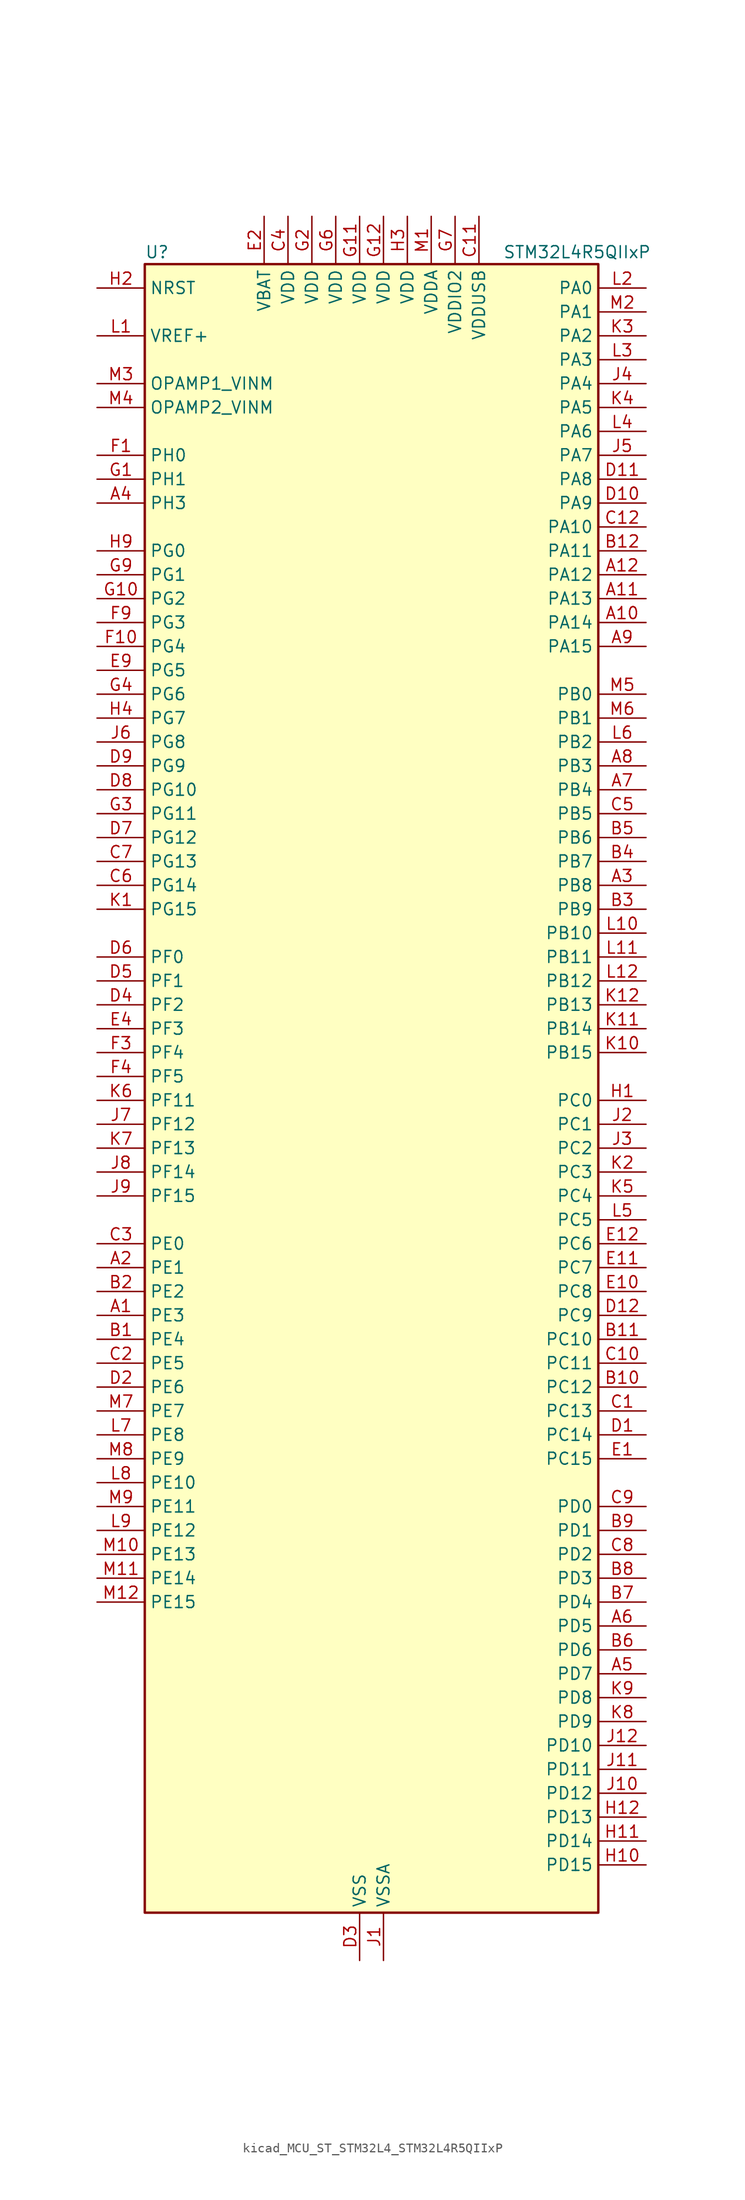
<source format=kicad_sym>
(kicad_symbol_lib
  (version 20220914)
  (generator kicad_symbol_editor)
  (symbol "kicad_MCU_ST_STM32L4_STM32L4R5QIIxP"
    (property "Reference" "U"
      (at -22.86 90.17 0)
      (effects (font (size 1.27 1.27)) (justify left)))
    (property "Value" "STM32L4R5QIIxP"
      (at 15.24 90.17 0)
      (effects (font (size 1.27 1.27)) (justify left)))
    (property "ki_locked" ""
      (at 0 0 0)
      (effects (font (size 1.27 1.27))))
    (symbol "kicad_MCU_ST_STM32L4_STM32L4R5QIIxP_0_1"
      (rectangle (start -22.86 -86.36) (end 25.4 88.9) (stroke (width 0.254) (type default)) (fill (type background))))
    (symbol "kicad_MCU_ST_STM32L4_STM32L4R5QIIxP_1_1"
      (pin bidirectional line (at -27.94 -22.86 0) (length 5.08) (name "PE3" (effects (font (size 1.27 1.27)))) (number "A1" (effects (font (size 1.27 1.27)))) (alternate "FMC_A19" bidirectional line) (alternate "OCTOSPIM_P1_DQS" bidirectional line) (alternate "SAI1_SD_B" bidirectional line) (alternate "SYS_TRACED0" bidirectional line) (alternate "TIM3_CH1" bidirectional line) (alternate "TSC_G7_IO2" bidirectional line))
      (pin bidirectional line (at 30.48 50.8 180) (length 5.08) (name "PA14" (effects (font (size 1.27 1.27)))) (number "A10" (effects (font (size 1.27 1.27)))) (alternate "I2C1_SMBA" bidirectional line) (alternate "I2C4_SMBA" bidirectional line) (alternate "LPTIM1_OUT" bidirectional line) (alternate "SAI1_FS_B" bidirectional line) (alternate "SYS_JTCK-SWCLK" bidirectional line) (alternate "USB_OTG_FS_SOF" bidirectional line))
      (pin bidirectional line (at 30.48 53.34 180) (length 5.08) (name "PA13" (effects (font (size 1.27 1.27)))) (number "A11" (effects (font (size 1.27 1.27)))) (alternate "IR_OUT" bidirectional line) (alternate "SAI1_SD_B" bidirectional line) (alternate "SYS_JTMS-SWDIO" bidirectional line) (alternate "USB_OTG_FS_NOE" bidirectional line))
      (pin bidirectional line (at 30.48 55.88 180) (length 5.08) (name "PA12" (effects (font (size 1.27 1.27)))) (number "A12" (effects (font (size 1.27 1.27)))) (alternate "CAN1_TX" bidirectional line) (alternate "SPI1_MOSI" bidirectional line) (alternate "TIM1_ETR" bidirectional line) (alternate "USART1_DE" bidirectional line) (alternate "USART1_RTS" bidirectional line) (alternate "USB_OTG_FS_DP" bidirectional line))
      (pin bidirectional line (at -27.94 -17.78 0) (length 5.08) (name "PE1" (effects (font (size 1.27 1.27)))) (number "A2" (effects (font (size 1.27 1.27)))) (alternate "DCMI_D3" bidirectional line) (alternate "FMC_NBL1" bidirectional line) (alternate "TIM17_CH1" bidirectional line))
      (pin bidirectional line (at 30.48 22.86 180) (length 5.08) (name "PB8" (effects (font (size 1.27 1.27)))) (number "A3" (effects (font (size 1.27 1.27)))) (alternate "CAN1_RX" bidirectional line) (alternate "DCMI_D6" bidirectional line) (alternate "DFSDM1_CKOUT" bidirectional line) (alternate "DFSDM1_DATIN6" bidirectional line) (alternate "I2C1_SCL" bidirectional line) (alternate "SAI1_CK1" bidirectional line) (alternate "SAI1_MCLK_A" bidirectional line) (alternate "SDMMC1_CKIN" bidirectional line) (alternate "SDMMC1_D4" bidirectional line) (alternate "TIM16_CH1" bidirectional line) (alternate "TIM4_CH3" bidirectional line))
      (pin bidirectional line (at -27.94 63.5 0) (length 5.08) (name "PH3" (effects (font (size 1.27 1.27)))) (number "A4" (effects (font (size 1.27 1.27)))))
      (pin bidirectional line (at 30.48 -60.96 180) (length 5.08) (name "PD7" (effects (font (size 1.27 1.27)))) (number "A5" (effects (font (size 1.27 1.27)))) (alternate "DFSDM1_CKIN1" bidirectional line) (alternate "FMC_NCE" bidirectional line) (alternate "FMC_NE1" bidirectional line) (alternate "OCTOSPIM_P1_IO7" bidirectional line) (alternate "USART2_CK" bidirectional line))
      (pin bidirectional line (at 30.48 -55.88 180) (length 5.08) (name "PD5" (effects (font (size 1.27 1.27)))) (number "A6" (effects (font (size 1.27 1.27)))) (alternate "FMC_NWE" bidirectional line) (alternate "OCTOSPIM_P1_IO5" bidirectional line) (alternate "USART2_TX" bidirectional line))
      (pin bidirectional line (at 30.48 33.02 180) (length 5.08) (name "PB4" (effects (font (size 1.27 1.27)))) (number "A7" (effects (font (size 1.27 1.27)))) (alternate "COMP2_INP" bidirectional line) (alternate "DCMI_D12" bidirectional line) (alternate "I2C3_SDA" bidirectional line) (alternate "SAI1_MCLK_B" bidirectional line) (alternate "SPI1_MISO" bidirectional line) (alternate "SPI3_MISO" bidirectional line) (alternate "SYS_JTRST" bidirectional line) (alternate "TIM17_BKIN" bidirectional line) (alternate "TIM3_CH1" bidirectional line) (alternate "TSC_G2_IO1" bidirectional line) (alternate "UART5_DE" bidirectional line) (alternate "UART5_RTS" bidirectional line) (alternate "USART1_CTS" bidirectional line) (alternate "USART1_NSS" bidirectional line))
      (pin bidirectional line (at 30.48 35.56 180) (length 5.08) (name "PB3" (effects (font (size 1.27 1.27)))) (number "A8" (effects (font (size 1.27 1.27)))) (alternate "COMP2_INM" bidirectional line) (alternate "CRS_SYNC" bidirectional line) (alternate "SAI1_SCK_B" bidirectional line) (alternate "SPI1_SCK" bidirectional line) (alternate "SPI3_SCK" bidirectional line) (alternate "SYS_JTDO-SWO" bidirectional line) (alternate "TIM2_CH2" bidirectional line) (alternate "USART1_DE" bidirectional line) (alternate "USART1_RTS" bidirectional line))
      (pin bidirectional line (at 30.48 48.26 180) (length 5.08) (name "PA15" (effects (font (size 1.27 1.27)))) (number "A9" (effects (font (size 1.27 1.27)))) (alternate "ADC1_EXTI15" bidirectional line) (alternate "SAI2_FS_B" bidirectional line) (alternate "SPI1_NSS" bidirectional line) (alternate "SPI3_NSS" bidirectional line) (alternate "SYS_JTDI" bidirectional line) (alternate "TIM2_CH1" bidirectional line) (alternate "TIM2_ETR" bidirectional line) (alternate "TSC_G3_IO1" bidirectional line) (alternate "UART4_DE" bidirectional line) (alternate "UART4_RTS" bidirectional line) (alternate "USART2_RX" bidirectional line) (alternate "USART3_DE" bidirectional line) (alternate "USART3_RTS" bidirectional line))
      (pin bidirectional line (at -27.94 -25.4 0) (length 5.08) (name "PE4" (effects (font (size 1.27 1.27)))) (number "B1" (effects (font (size 1.27 1.27)))) (alternate "DCMI_D4" bidirectional line) (alternate "DFSDM1_DATIN3" bidirectional line) (alternate "FMC_A20" bidirectional line) (alternate "SAI1_D2" bidirectional line) (alternate "SAI1_FS_A" bidirectional line) (alternate "SYS_TRACED1" bidirectional line) (alternate "TIM3_CH2" bidirectional line) (alternate "TSC_G7_IO3" bidirectional line))
      (pin bidirectional line (at 30.48 -30.48 180) (length 5.08) (name "PC12" (effects (font (size 1.27 1.27)))) (number "B10" (effects (font (size 1.27 1.27)))) (alternate "DCMI_D9" bidirectional line) (alternate "SAI2_SD_B" bidirectional line) (alternate "SDMMC1_CK" bidirectional line) (alternate "SPI3_MOSI" bidirectional line) (alternate "SYS_TRACED3" bidirectional line) (alternate "TSC_G3_IO4" bidirectional line) (alternate "UART5_TX" bidirectional line) (alternate "USART3_CK" bidirectional line))
      (pin bidirectional line (at 30.48 -25.4 180) (length 5.08) (name "PC10" (effects (font (size 1.27 1.27)))) (number "B11" (effects (font (size 1.27 1.27)))) (alternate "DCMI_D8" bidirectional line) (alternate "SAI2_SCK_B" bidirectional line) (alternate "SDMMC1_D2" bidirectional line) (alternate "SPI3_SCK" bidirectional line) (alternate "SYS_TRACED1" bidirectional line) (alternate "TSC_G3_IO2" bidirectional line) (alternate "UART4_TX" bidirectional line) (alternate "USART3_TX" bidirectional line))
      (pin bidirectional line (at 30.48 58.42 180) (length 5.08) (name "PA11" (effects (font (size 1.27 1.27)))) (number "B12" (effects (font (size 1.27 1.27)))) (alternate "ADC1_EXTI11" bidirectional line) (alternate "CAN1_RX" bidirectional line) (alternate "SPI1_MISO" bidirectional line) (alternate "TIM1_BKIN2" bidirectional line) (alternate "TIM1_CH4" bidirectional line) (alternate "USART1_CTS" bidirectional line) (alternate "USART1_NSS" bidirectional line) (alternate "USB_OTG_FS_DM" bidirectional line))
      (pin bidirectional line (at -27.94 -20.32 0) (length 5.08) (name "PE2" (effects (font (size 1.27 1.27)))) (number "B2" (effects (font (size 1.27 1.27)))) (alternate "FMC_A23" bidirectional line) (alternate "SAI1_CK1" bidirectional line) (alternate "SAI1_MCLK_A" bidirectional line) (alternate "SYS_TRACECLK" bidirectional line) (alternate "TIM3_ETR" bidirectional line) (alternate "TSC_G7_IO1" bidirectional line))
      (pin bidirectional line (at 30.48 20.32 180) (length 5.08) (name "PB9" (effects (font (size 1.27 1.27)))) (number "B3" (effects (font (size 1.27 1.27)))) (alternate "CAN1_TX" bidirectional line) (alternate "DAC1_EXTI9" bidirectional line) (alternate "DCMI_D7" bidirectional line) (alternate "DFSDM1_CKIN6" bidirectional line) (alternate "I2C1_SDA" bidirectional line) (alternate "IR_OUT" bidirectional line) (alternate "SAI1_D2" bidirectional line) (alternate "SAI1_FS_A" bidirectional line) (alternate "SDMMC1_CDIR" bidirectional line) (alternate "SDMMC1_D5" bidirectional line) (alternate "SPI2_NSS" bidirectional line) (alternate "TIM17_CH1" bidirectional line) (alternate "TIM4_CH4" bidirectional line))
      (pin bidirectional line (at 30.48 25.4 180) (length 5.08) (name "PB7" (effects (font (size 1.27 1.27)))) (number "B4" (effects (font (size 1.27 1.27)))) (alternate "COMP2_INM" bidirectional line) (alternate "DCMI_VSYNC" bidirectional line) (alternate "DFSDM1_CKIN5" bidirectional line) (alternate "FMC_NL" bidirectional line) (alternate "I2C1_SDA" bidirectional line) (alternate "I2C4_SDA" bidirectional line) (alternate "LPTIM1_IN2" bidirectional line) (alternate "SYS_PVD_IN" bidirectional line) (alternate "TIM17_CH1N" bidirectional line) (alternate "TIM4_CH2" bidirectional line) (alternate "TIM8_BKIN" bidirectional line) (alternate "TSC_G2_IO4" bidirectional line) (alternate "UART4_CTS" bidirectional line) (alternate "USART1_RX" bidirectional line))
      (pin bidirectional line (at 30.48 27.94 180) (length 5.08) (name "PB6" (effects (font (size 1.27 1.27)))) (number "B5" (effects (font (size 1.27 1.27)))) (alternate "COMP2_INP" bidirectional line) (alternate "DCMI_D5" bidirectional line) (alternate "DFSDM1_DATIN5" bidirectional line) (alternate "I2C1_SCL" bidirectional line) (alternate "I2C4_SCL" bidirectional line) (alternate "LPTIM1_ETR" bidirectional line) (alternate "SAI1_FS_B" bidirectional line) (alternate "TIM16_CH1N" bidirectional line) (alternate "TIM4_CH1" bidirectional line) (alternate "TIM8_BKIN2" bidirectional line) (alternate "TSC_G2_IO3" bidirectional line) (alternate "USART1_TX" bidirectional line))
      (pin bidirectional line (at 30.48 -58.42 180) (length 5.08) (name "PD6" (effects (font (size 1.27 1.27)))) (number "B6" (effects (font (size 1.27 1.27)))) (alternate "DCMI_D10" bidirectional line) (alternate "DFSDM1_DATIN1" bidirectional line) (alternate "FMC_NWAIT" bidirectional line) (alternate "OCTOSPIM_P1_IO6" bidirectional line) (alternate "SAI1_D1" bidirectional line) (alternate "SAI1_SD_A" bidirectional line) (alternate "SPI3_MOSI" bidirectional line) (alternate "USART2_RX" bidirectional line))
      (pin bidirectional line (at 30.48 -53.34 180) (length 5.08) (name "PD4" (effects (font (size 1.27 1.27)))) (number "B7" (effects (font (size 1.27 1.27)))) (alternate "DFSDM1_CKIN0" bidirectional line) (alternate "FMC_NOE" bidirectional line) (alternate "OCTOSPIM_P1_IO4" bidirectional line) (alternate "SPI2_MOSI" bidirectional line) (alternate "USART2_DE" bidirectional line) (alternate "USART2_RTS" bidirectional line))
      (pin bidirectional line (at 30.48 -50.8 180) (length 5.08) (name "PD3" (effects (font (size 1.27 1.27)))) (number "B8" (effects (font (size 1.27 1.27)))) (alternate "DCMI_D5" bidirectional line) (alternate "DFSDM1_DATIN0" bidirectional line) (alternate "FMC_CLK" bidirectional line) (alternate "OCTOSPIM_P2_NCS" bidirectional line) (alternate "SPI2_MISO" bidirectional line) (alternate "SPI2_SCK" bidirectional line) (alternate "USART2_CTS" bidirectional line) (alternate "USART2_NSS" bidirectional line))
      (pin bidirectional line (at 30.48 -45.72 180) (length 5.08) (name "PD1" (effects (font (size 1.27 1.27)))) (number "B9" (effects (font (size 1.27 1.27)))) (alternate "CAN1_TX" bidirectional line) (alternate "DFSDM1_CKIN7" bidirectional line) (alternate "FMC_D3" bidirectional line) (alternate "FMC_DA3" bidirectional line) (alternate "SPI2_SCK" bidirectional line))
      (pin bidirectional line (at 30.48 -33.02 180) (length 5.08) (name "PC13" (effects (font (size 1.27 1.27)))) (number "C1" (effects (font (size 1.27 1.27)))) (alternate "RTC_OUT_ALARM" bidirectional line) (alternate "RTC_OUT_CALIB" bidirectional line) (alternate "RTC_TAMP1" bidirectional line) (alternate "RTC_TS" bidirectional line) (alternate "SYS_WKUP2" bidirectional line))
      (pin bidirectional line (at 30.48 -27.94 180) (length 5.08) (name "PC11" (effects (font (size 1.27 1.27)))) (number "C10" (effects (font (size 1.27 1.27)))) (alternate "ADC1_EXTI11" bidirectional line) (alternate "DCMI_D2" bidirectional line) (alternate "DCMI_D4" bidirectional line) (alternate "OCTOSPIM_P1_NCS" bidirectional line) (alternate "SAI2_MCLK_B" bidirectional line) (alternate "SDMMC1_D3" bidirectional line) (alternate "SPI3_MISO" bidirectional line) (alternate "TSC_G3_IO3" bidirectional line) (alternate "UART4_RX" bidirectional line) (alternate "USART3_RX" bidirectional line))
      (pin power_in line (at 12.7 93.98 270) (length 5.08) (name "VDDUSB" (effects (font (size 1.27 1.27)))) (number "C11" (effects (font (size 1.27 1.27)))))
      (pin bidirectional line (at 30.48 60.96 180) (length 5.08) (name "PA10" (effects (font (size 1.27 1.27)))) (number "C12" (effects (font (size 1.27 1.27)))) (alternate "DCMI_D1" bidirectional line) (alternate "SAI1_D1" bidirectional line) (alternate "SAI1_SD_A" bidirectional line) (alternate "TIM17_BKIN" bidirectional line) (alternate "TIM1_CH3" bidirectional line) (alternate "USART1_RX" bidirectional line) (alternate "USB_OTG_FS_ID" bidirectional line))
      (pin bidirectional line (at -27.94 -27.94 0) (length 5.08) (name "PE5" (effects (font (size 1.27 1.27)))) (number "C2" (effects (font (size 1.27 1.27)))) (alternate "DCMI_D6" bidirectional line) (alternate "DFSDM1_CKIN3" bidirectional line) (alternate "FMC_A21" bidirectional line) (alternate "SAI1_CK2" bidirectional line) (alternate "SAI1_SCK_A" bidirectional line) (alternate "SYS_TRACED2" bidirectional line) (alternate "TIM3_CH3" bidirectional line) (alternate "TSC_G7_IO4" bidirectional line))
      (pin bidirectional line (at -27.94 -15.24 0) (length 5.08) (name "PE0" (effects (font (size 1.27 1.27)))) (number "C3" (effects (font (size 1.27 1.27)))) (alternate "DCMI_D2" bidirectional line) (alternate "FMC_NBL0" bidirectional line) (alternate "TIM16_CH1" bidirectional line) (alternate "TIM4_ETR" bidirectional line))
      (pin power_in line (at -7.62 93.98 270) (length 5.08) (name "VDD" (effects (font (size 1.27 1.27)))) (number "C4" (effects (font (size 1.27 1.27)))))
      (pin bidirectional line (at 30.48 30.48 180) (length 5.08) (name "PB5" (effects (font (size 1.27 1.27)))) (number "C5" (effects (font (size 1.27 1.27)))) (alternate "COMP2_OUT" bidirectional line) (alternate "DCMI_D10" bidirectional line) (alternate "I2C1_SMBA" bidirectional line) (alternate "LPTIM1_IN1" bidirectional line) (alternate "SAI1_SD_B" bidirectional line) (alternate "SPI1_MOSI" bidirectional line) (alternate "SPI3_MOSI" bidirectional line) (alternate "TIM16_BKIN" bidirectional line) (alternate "TIM3_CH2" bidirectional line) (alternate "TSC_G2_IO2" bidirectional line) (alternate "UART5_CTS" bidirectional line) (alternate "USART1_CK" bidirectional line))
      (pin bidirectional line (at -27.94 22.86 0) (length 5.08) (name "PG14" (effects (font (size 1.27 1.27)))) (number "C6" (effects (font (size 1.27 1.27)))) (alternate "FMC_A25" bidirectional line) (alternate "I2C1_SCL" bidirectional line))
      (pin bidirectional line (at -27.94 25.4 0) (length 5.08) (name "PG13" (effects (font (size 1.27 1.27)))) (number "C7" (effects (font (size 1.27 1.27)))) (alternate "FMC_A24" bidirectional line) (alternate "I2C1_SDA" bidirectional line) (alternate "USART1_CK" bidirectional line))
      (pin bidirectional line (at 30.48 -48.26 180) (length 5.08) (name "PD2" (effects (font (size 1.27 1.27)))) (number "C8" (effects (font (size 1.27 1.27)))) (alternate "DCMI_D11" bidirectional line) (alternate "SDMMC1_CMD" bidirectional line) (alternate "SYS_TRACED2" bidirectional line) (alternate "TIM3_ETR" bidirectional line) (alternate "TSC_SYNC" bidirectional line) (alternate "UART5_RX" bidirectional line) (alternate "USART3_DE" bidirectional line) (alternate "USART3_RTS" bidirectional line))
      (pin bidirectional line (at 30.48 -43.18 180) (length 5.08) (name "PD0" (effects (font (size 1.27 1.27)))) (number "C9" (effects (font (size 1.27 1.27)))) (alternate "CAN1_RX" bidirectional line) (alternate "DFSDM1_DATIN7" bidirectional line) (alternate "FMC_D2" bidirectional line) (alternate "FMC_DA2" bidirectional line) (alternate "SPI2_NSS" bidirectional line))
      (pin bidirectional line (at 30.48 -35.56 180) (length 5.08) (name "PC14" (effects (font (size 1.27 1.27)))) (number "D1" (effects (font (size 1.27 1.27)))) (alternate "RCC_OSC32_IN" bidirectional line))
      (pin bidirectional line (at 30.48 63.5 180) (length 5.08) (name "PA9" (effects (font (size 1.27 1.27)))) (number "D10" (effects (font (size 1.27 1.27)))) (alternate "DAC1_EXTI9" bidirectional line) (alternate "DCMI_D0" bidirectional line) (alternate "SAI1_FS_A" bidirectional line) (alternate "SPI2_SCK" bidirectional line) (alternate "TIM15_BKIN" bidirectional line) (alternate "TIM1_CH2" bidirectional line) (alternate "USART1_TX" bidirectional line) (alternate "USB_OTG_FS_VBUS" bidirectional line))
      (pin bidirectional line (at 30.48 66.04 180) (length 5.08) (name "PA8" (effects (font (size 1.27 1.27)))) (number "D11" (effects (font (size 1.27 1.27)))) (alternate "LPTIM2_OUT" bidirectional line) (alternate "RCC_MCO" bidirectional line) (alternate "SAI1_CK2" bidirectional line) (alternate "SAI1_SCK_A" bidirectional line) (alternate "TIM1_CH1" bidirectional line) (alternate "USART1_CK" bidirectional line) (alternate "USB_OTG_FS_SOF" bidirectional line))
      (pin bidirectional line (at 30.48 -22.86 180) (length 5.08) (name "PC9" (effects (font (size 1.27 1.27)))) (number "D12" (effects (font (size 1.27 1.27)))) (alternate "DAC1_EXTI9" bidirectional line) (alternate "DCMI_D3" bidirectional line) (alternate "I2C3_SDA" bidirectional line) (alternate "SAI2_EXTCLK" bidirectional line) (alternate "SDMMC1_D1" bidirectional line) (alternate "SYS_TRACED0" bidirectional line) (alternate "TIM3_CH4" bidirectional line) (alternate "TIM8_BKIN2" bidirectional line) (alternate "TIM8_CH4" bidirectional line) (alternate "TSC_G4_IO4" bidirectional line) (alternate "USB_OTG_FS_NOE" bidirectional line))
      (pin bidirectional line (at -27.94 -30.48 0) (length 5.08) (name "PE6" (effects (font (size 1.27 1.27)))) (number "D2" (effects (font (size 1.27 1.27)))) (alternate "DCMI_D7" bidirectional line) (alternate "FMC_A22" bidirectional line) (alternate "RTC_TAMP3" bidirectional line) (alternate "SAI1_D1" bidirectional line) (alternate "SAI1_SD_A" bidirectional line) (alternate "SYS_TRACED3" bidirectional line) (alternate "SYS_WKUP3" bidirectional line) (alternate "TIM3_CH4" bidirectional line))
      (pin power_in line (at 0 -91.44 90) (length 5.08) (name "VSS" (effects (font (size 1.27 1.27)))) (number "D3" (effects (font (size 1.27 1.27)))))
      (pin bidirectional line (at -27.94 10.16 0) (length 5.08) (name "PF2" (effects (font (size 1.27 1.27)))) (number "D4" (effects (font (size 1.27 1.27)))) (alternate "FMC_A2" bidirectional line) (alternate "I2C2_SMBA" bidirectional line) (alternate "OCTOSPIM_P2_IO2" bidirectional line))
      (pin bidirectional line (at -27.94 12.7 0) (length 5.08) (name "PF1" (effects (font (size 1.27 1.27)))) (number "D5" (effects (font (size 1.27 1.27)))) (alternate "FMC_A1" bidirectional line) (alternate "I2C2_SCL" bidirectional line) (alternate "OCTOSPIM_P2_IO1" bidirectional line))
      (pin bidirectional line (at -27.94 15.24 0) (length 5.08) (name "PF0" (effects (font (size 1.27 1.27)))) (number "D6" (effects (font (size 1.27 1.27)))) (alternate "FMC_A0" bidirectional line) (alternate "I2C2_SDA" bidirectional line) (alternate "OCTOSPIM_P2_IO0" bidirectional line))
      (pin bidirectional line (at -27.94 27.94 0) (length 5.08) (name "PG12" (effects (font (size 1.27 1.27)))) (number "D7" (effects (font (size 1.27 1.27)))) (alternate "FMC_NE4" bidirectional line) (alternate "LPTIM1_ETR" bidirectional line) (alternate "OCTOSPIM_P2_NCS" bidirectional line) (alternate "SAI2_SD_A" bidirectional line) (alternate "SPI3_NSS" bidirectional line) (alternate "USART1_DE" bidirectional line) (alternate "USART1_RTS" bidirectional line))
      (pin bidirectional line (at -27.94 33.02 0) (length 5.08) (name "PG10" (effects (font (size 1.27 1.27)))) (number "D8" (effects (font (size 1.27 1.27)))) (alternate "FMC_NE3" bidirectional line) (alternate "LPTIM1_IN1" bidirectional line) (alternate "OCTOSPIM_P2_IO7" bidirectional line) (alternate "SAI2_FS_A" bidirectional line) (alternate "SPI3_MISO" bidirectional line) (alternate "TIM15_CH1" bidirectional line) (alternate "USART1_RX" bidirectional line))
      (pin bidirectional line (at -27.94 35.56 0) (length 5.08) (name "PG9" (effects (font (size 1.27 1.27)))) (number "D9" (effects (font (size 1.27 1.27)))) (alternate "DAC1_EXTI9" bidirectional line) (alternate "FMC_NCE" bidirectional line) (alternate "FMC_NE2" bidirectional line) (alternate "OCTOSPIM_P2_IO6" bidirectional line) (alternate "SAI2_SCK_A" bidirectional line) (alternate "SPI3_SCK" bidirectional line) (alternate "TIM15_CH1N" bidirectional line) (alternate "USART1_TX" bidirectional line))
      (pin bidirectional line (at 30.48 -38.1 180) (length 5.08) (name "PC15" (effects (font (size 1.27 1.27)))) (number "E1" (effects (font (size 1.27 1.27)))) (alternate "ADC1_EXTI15" bidirectional line) (alternate "RCC_OSC32_OUT" bidirectional line))
      (pin bidirectional line (at 30.48 -20.32 180) (length 5.08) (name "PC8" (effects (font (size 1.27 1.27)))) (number "E10" (effects (font (size 1.27 1.27)))) (alternate "DCMI_D2" bidirectional line) (alternate "SDMMC1_D0" bidirectional line) (alternate "TIM3_CH3" bidirectional line) (alternate "TIM8_CH3" bidirectional line) (alternate "TSC_G4_IO3" bidirectional line))
      (pin bidirectional line (at 30.48 -17.78 180) (length 5.08) (name "PC7" (effects (font (size 1.27 1.27)))) (number "E11" (effects (font (size 1.27 1.27)))) (alternate "DCMI_D1" bidirectional line) (alternate "DFSDM1_DATIN3" bidirectional line) (alternate "SAI2_MCLK_B" bidirectional line) (alternate "SDMMC1_D123DIR" bidirectional line) (alternate "SDMMC1_D7" bidirectional line) (alternate "TIM3_CH2" bidirectional line) (alternate "TIM8_CH2" bidirectional line) (alternate "TSC_G4_IO2" bidirectional line))
      (pin bidirectional line (at 30.48 -15.24 180) (length 5.08) (name "PC6" (effects (font (size 1.27 1.27)))) (number "E12" (effects (font (size 1.27 1.27)))) (alternate "DCMI_D0" bidirectional line) (alternate "DFSDM1_CKIN3" bidirectional line) (alternate "SAI2_MCLK_A" bidirectional line) (alternate "SDMMC1_D0DIR" bidirectional line) (alternate "SDMMC1_D6" bidirectional line) (alternate "TIM3_CH1" bidirectional line) (alternate "TIM8_CH1" bidirectional line) (alternate "TSC_G4_IO1" bidirectional line))
      (pin power_in line (at -10.16 93.98 270) (length 5.08) (name "VBAT" (effects (font (size 1.27 1.27)))) (number "E2" (effects (font (size 1.27 1.27)))))
      (pin passive line (at 0 -91.44 90) (length 5.08) hide (name "VSS" (effects (font (size 1.27 1.27)))) (number "E3" (effects (font (size 1.27 1.27)))))
      (pin bidirectional line (at -27.94 7.62 0) (length 5.08) (name "PF3" (effects (font (size 1.27 1.27)))) (number "E4" (effects (font (size 1.27 1.27)))) (alternate "FMC_A3" bidirectional line) (alternate "OCTOSPIM_P2_IO3" bidirectional line))
      (pin bidirectional line (at -27.94 45.72 0) (length 5.08) (name "PG5" (effects (font (size 1.27 1.27)))) (number "E9" (effects (font (size 1.27 1.27)))) (alternate "FMC_A15" bidirectional line) (alternate "LPUART1_CTS" bidirectional line) (alternate "SAI2_SD_B" bidirectional line) (alternate "SPI1_NSS" bidirectional line))
      (pin bidirectional line (at -27.94 68.58 0) (length 5.08) (name "PH0" (effects (font (size 1.27 1.27)))) (number "F1" (effects (font (size 1.27 1.27)))) (alternate "RCC_OSC_IN" bidirectional line))
      (pin bidirectional line (at -27.94 48.26 0) (length 5.08) (name "PG4" (effects (font (size 1.27 1.27)))) (number "F10" (effects (font (size 1.27 1.27)))) (alternate "FMC_A14" bidirectional line) (alternate "SAI2_MCLK_B" bidirectional line) (alternate "SPI1_MOSI" bidirectional line))
      (pin passive line (at 0 -91.44 90) (length 5.08) hide (name "VSS" (effects (font (size 1.27 1.27)))) (number "F11" (effects (font (size 1.27 1.27)))))
      (pin passive line (at 0 -91.44 90) (length 5.08) hide (name "VSS" (effects (font (size 1.27 1.27)))) (number "F12" (effects (font (size 1.27 1.27)))))
      (pin passive line (at 0 -91.44 90) (length 5.08) hide (name "VSS" (effects (font (size 1.27 1.27)))) (number "F2" (effects (font (size 1.27 1.27)))))
      (pin bidirectional line (at -27.94 5.08 0) (length 5.08) (name "PF4" (effects (font (size 1.27 1.27)))) (number "F3" (effects (font (size 1.27 1.27)))) (alternate "FMC_A4" bidirectional line) (alternate "OCTOSPIM_P2_CLK" bidirectional line))
      (pin bidirectional line (at -27.94 2.54 0) (length 5.08) (name "PF5" (effects (font (size 1.27 1.27)))) (number "F4" (effects (font (size 1.27 1.27)))) (alternate "FMC_A5" bidirectional line))
      (pin passive line (at 0 -91.44 90) (length 5.08) hide (name "VSS" (effects (font (size 1.27 1.27)))) (number "F6" (effects (font (size 1.27 1.27)))))
      (pin passive line (at 0 -91.44 90) (length 5.08) hide (name "VSS" (effects (font (size 1.27 1.27)))) (number "F7" (effects (font (size 1.27 1.27)))))
      (pin bidirectional line (at -27.94 50.8 0) (length 5.08) (name "PG3" (effects (font (size 1.27 1.27)))) (number "F9" (effects (font (size 1.27 1.27)))) (alternate "FMC_A13" bidirectional line) (alternate "SAI2_FS_B" bidirectional line) (alternate "SPI1_MISO" bidirectional line))
      (pin bidirectional line (at -27.94 66.04 0) (length 5.08) (name "PH1" (effects (font (size 1.27 1.27)))) (number "G1" (effects (font (size 1.27 1.27)))) (alternate "RCC_OSC_OUT" bidirectional line))
      (pin bidirectional line (at -27.94 53.34 0) (length 5.08) (name "PG2" (effects (font (size 1.27 1.27)))) (number "G10" (effects (font (size 1.27 1.27)))) (alternate "FMC_A12" bidirectional line) (alternate "SAI2_SCK_B" bidirectional line) (alternate "SPI1_SCK" bidirectional line))
      (pin power_in line (at 0 93.98 270) (length 5.08) (name "VDD" (effects (font (size 1.27 1.27)))) (number "G11" (effects (font (size 1.27 1.27)))))
      (pin power_in line (at 2.54 93.98 270) (length 5.08) (name "VDD" (effects (font (size 1.27 1.27)))) (number "G12" (effects (font (size 1.27 1.27)))))
      (pin power_in line (at -5.08 93.98 270) (length 5.08) (name "VDD" (effects (font (size 1.27 1.27)))) (number "G2" (effects (font (size 1.27 1.27)))))
      (pin bidirectional line (at -27.94 30.48 0) (length 5.08) (name "PG11" (effects (font (size 1.27 1.27)))) (number "G3" (effects (font (size 1.27 1.27)))) (alternate "ADC1_EXTI11" bidirectional line) (alternate "LPTIM1_IN2" bidirectional line) (alternate "OCTOSPIM_P1_IO5" bidirectional line) (alternate "SAI2_MCLK_A" bidirectional line) (alternate "SPI3_MOSI" bidirectional line) (alternate "TIM15_CH2" bidirectional line) (alternate "USART1_CTS" bidirectional line) (alternate "USART1_NSS" bidirectional line))
      (pin bidirectional line (at -27.94 43.18 0) (length 5.08) (name "PG6" (effects (font (size 1.27 1.27)))) (number "G4" (effects (font (size 1.27 1.27)))) (alternate "I2C3_SMBA" bidirectional line) (alternate "LPUART1_DE" bidirectional line) (alternate "LPUART1_RTS" bidirectional line) (alternate "OCTOSPIM_P1_DQS" bidirectional line))
      (pin power_in line (at -2.54 93.98 270) (length 5.08) (name "VDD" (effects (font (size 1.27 1.27)))) (number "G6" (effects (font (size 1.27 1.27)))))
      (pin power_in line (at 10.16 93.98 270) (length 5.08) (name "VDDIO2" (effects (font (size 1.27 1.27)))) (number "G7" (effects (font (size 1.27 1.27)))))
      (pin bidirectional line (at -27.94 55.88 0) (length 5.08) (name "PG1" (effects (font (size 1.27 1.27)))) (number "G9" (effects (font (size 1.27 1.27)))) (alternate "FMC_A11" bidirectional line) (alternate "OCTOSPIM_P2_IO5" bidirectional line) (alternate "TSC_G8_IO4" bidirectional line))
      (pin bidirectional line (at 30.48 0 180) (length 5.08) (name "PC0" (effects (font (size 1.27 1.27)))) (number "H1" (effects (font (size 1.27 1.27)))) (alternate "ADC1_IN1" bidirectional line) (alternate "DFSDM1_DATIN4" bidirectional line) (alternate "I2C3_SCL" bidirectional line) (alternate "LPTIM1_IN1" bidirectional line) (alternate "LPTIM2_IN1" bidirectional line) (alternate "LPUART1_RX" bidirectional line) (alternate "SAI2_FS_A" bidirectional line))
      (pin bidirectional line (at 30.48 -81.28 180) (length 5.08) (name "PD15" (effects (font (size 1.27 1.27)))) (number "H10" (effects (font (size 1.27 1.27)))) (alternate "ADC1_EXTI15" bidirectional line) (alternate "FMC_D1" bidirectional line) (alternate "FMC_DA1" bidirectional line) (alternate "TIM4_CH4" bidirectional line))
      (pin bidirectional line (at 30.48 -78.74 180) (length 5.08) (name "PD14" (effects (font (size 1.27 1.27)))) (number "H11" (effects (font (size 1.27 1.27)))) (alternate "FMC_D0" bidirectional line) (alternate "FMC_DA0" bidirectional line) (alternate "TIM4_CH3" bidirectional line))
      (pin bidirectional line (at 30.48 -76.2 180) (length 5.08) (name "PD13" (effects (font (size 1.27 1.27)))) (number "H12" (effects (font (size 1.27 1.27)))) (alternate "FMC_A18" bidirectional line) (alternate "I2C4_SDA" bidirectional line) (alternate "LPTIM2_OUT" bidirectional line) (alternate "TIM4_CH2" bidirectional line) (alternate "TSC_G6_IO4" bidirectional line))
      (pin input line (at -27.94 86.36 0) (length 5.08) (name "NRST" (effects (font (size 1.27 1.27)))) (number "H2" (effects (font (size 1.27 1.27)))))
      (pin power_in line (at 5.08 93.98 270) (length 5.08) (name "VDD" (effects (font (size 1.27 1.27)))) (number "H3" (effects (font (size 1.27 1.27)))))
      (pin bidirectional line (at -27.94 40.64 0) (length 5.08) (name "PG7" (effects (font (size 1.27 1.27)))) (number "H4" (effects (font (size 1.27 1.27)))) (alternate "DFSDM1_CKOUT" bidirectional line) (alternate "FMC_INT" bidirectional line) (alternate "I2C3_SCL" bidirectional line) (alternate "LPUART1_TX" bidirectional line) (alternate "OCTOSPIM_P2_DQS" bidirectional line) (alternate "SAI1_CK1" bidirectional line) (alternate "SAI1_MCLK_A" bidirectional line))
      (pin bidirectional line (at -27.94 58.42 0) (length 5.08) (name "PG0" (effects (font (size 1.27 1.27)))) (number "H9" (effects (font (size 1.27 1.27)))) (alternate "FMC_A10" bidirectional line) (alternate "OCTOSPIM_P2_IO4" bidirectional line) (alternate "TSC_G8_IO3" bidirectional line))
      (pin power_in line (at 2.54 -91.44 90) (length 5.08) (name "VSSA" (effects (font (size 1.27 1.27)))) (number "J1" (effects (font (size 1.27 1.27)))))
      (pin bidirectional line (at 30.48 -73.66 180) (length 5.08) (name "PD12" (effects (font (size 1.27 1.27)))) (number "J10" (effects (font (size 1.27 1.27)))) (alternate "FMC_A17" bidirectional line) (alternate "FMC_ALE" bidirectional line) (alternate "I2C4_SCL" bidirectional line) (alternate "LPTIM2_IN1" bidirectional line) (alternate "SAI2_FS_A" bidirectional line) (alternate "TIM4_CH1" bidirectional line) (alternate "TSC_G6_IO3" bidirectional line) (alternate "USART3_DE" bidirectional line) (alternate "USART3_RTS" bidirectional line))
      (pin bidirectional line (at 30.48 -71.12 180) (length 5.08) (name "PD11" (effects (font (size 1.27 1.27)))) (number "J11" (effects (font (size 1.27 1.27)))) (alternate "ADC1_EXTI11" bidirectional line) (alternate "FMC_A16" bidirectional line) (alternate "FMC_CLE" bidirectional line) (alternate "I2C4_SMBA" bidirectional line) (alternate "LPTIM2_ETR" bidirectional line) (alternate "SAI2_SD_A" bidirectional line) (alternate "TSC_G6_IO2" bidirectional line) (alternate "USART3_CTS" bidirectional line) (alternate "USART3_NSS" bidirectional line))
      (pin bidirectional line (at 30.48 -68.58 180) (length 5.08) (name "PD10" (effects (font (size 1.27 1.27)))) (number "J12" (effects (font (size 1.27 1.27)))) (alternate "FMC_D15" bidirectional line) (alternate "FMC_DA15" bidirectional line) (alternate "SAI2_SCK_A" bidirectional line) (alternate "TSC_G6_IO1" bidirectional line) (alternate "USART3_CK" bidirectional line))
      (pin bidirectional line (at 30.48 -2.54 180) (length 5.08) (name "PC1" (effects (font (size 1.27 1.27)))) (number "J2" (effects (font (size 1.27 1.27)))) (alternate "ADC1_IN2" bidirectional line) (alternate "DFSDM1_CKIN4" bidirectional line) (alternate "I2C3_SDA" bidirectional line) (alternate "LPTIM1_OUT" bidirectional line) (alternate "LPUART1_TX" bidirectional line) (alternate "OCTOSPIM_P1_IO4" bidirectional line) (alternate "SAI1_SD_A" bidirectional line) (alternate "SPI2_MOSI" bidirectional line) (alternate "SYS_TRACED0" bidirectional line))
      (pin bidirectional line (at 30.48 -5.08 180) (length 5.08) (name "PC2" (effects (font (size 1.27 1.27)))) (number "J3" (effects (font (size 1.27 1.27)))) (alternate "ADC1_IN3" bidirectional line) (alternate "DFSDM1_CKOUT" bidirectional line) (alternate "LPTIM1_IN2" bidirectional line) (alternate "OCTOSPIM_P1_IO5" bidirectional line) (alternate "SPI2_MISO" bidirectional line))
      (pin bidirectional line (at 30.48 76.2 180) (length 5.08) (name "PA4" (effects (font (size 1.27 1.27)))) (number "J4" (effects (font (size 1.27 1.27)))) (alternate "ADC1_IN9" bidirectional line) (alternate "DAC1_OUT1" bidirectional line) (alternate "DCMI_HSYNC" bidirectional line) (alternate "LPTIM2_OUT" bidirectional line) (alternate "OCTOSPIM_P1_NCS" bidirectional line) (alternate "SAI1_FS_B" bidirectional line) (alternate "SPI1_NSS" bidirectional line) (alternate "SPI3_NSS" bidirectional line) (alternate "USART2_CK" bidirectional line))
      (pin bidirectional line (at 30.48 68.58 180) (length 5.08) (name "PA7" (effects (font (size 1.27 1.27)))) (number "J5" (effects (font (size 1.27 1.27)))) (alternate "ADC1_IN12" bidirectional line) (alternate "I2C3_SCL" bidirectional line) (alternate "OCTOSPIM_P1_IO2" bidirectional line) (alternate "OPAMP2_VINM" bidirectional line) (alternate "SPI1_MOSI" bidirectional line) (alternate "TIM17_CH1" bidirectional line) (alternate "TIM1_CH1N" bidirectional line) (alternate "TIM3_CH2" bidirectional line) (alternate "TIM8_CH1N" bidirectional line))
      (pin bidirectional line (at -27.94 38.1 0) (length 5.08) (name "PG8" (effects (font (size 1.27 1.27)))) (number "J6" (effects (font (size 1.27 1.27)))) (alternate "I2C3_SDA" bidirectional line) (alternate "LPUART1_RX" bidirectional line))
      (pin bidirectional line (at -27.94 -2.54 0) (length 5.08) (name "PF12" (effects (font (size 1.27 1.27)))) (number "J7" (effects (font (size 1.27 1.27)))) (alternate "FMC_A6" bidirectional line) (alternate "OCTOSPIM_P2_DQS" bidirectional line))
      (pin bidirectional line (at -27.94 -7.62 0) (length 5.08) (name "PF14" (effects (font (size 1.27 1.27)))) (number "J8" (effects (font (size 1.27 1.27)))) (alternate "DFSDM1_CKIN6" bidirectional line) (alternate "FMC_A8" bidirectional line) (alternate "I2C4_SCL" bidirectional line) (alternate "TSC_G8_IO1" bidirectional line))
      (pin bidirectional line (at -27.94 -10.16 0) (length 5.08) (name "PF15" (effects (font (size 1.27 1.27)))) (number "J9" (effects (font (size 1.27 1.27)))) (alternate "ADC1_EXTI15" bidirectional line) (alternate "FMC_A9" bidirectional line) (alternate "I2C4_SDA" bidirectional line) (alternate "TSC_G8_IO2" bidirectional line))
      (pin bidirectional line (at -27.94 20.32 0) (length 5.08) (name "PG15" (effects (font (size 1.27 1.27)))) (number "K1" (effects (font (size 1.27 1.27)))) (alternate "ADC1_EXTI15" bidirectional line) (alternate "DCMI_D13" bidirectional line) (alternate "I2C1_SMBA" bidirectional line) (alternate "LPTIM1_OUT" bidirectional line) (alternate "OCTOSPIM_P2_DQS" bidirectional line))
      (pin bidirectional line (at 30.48 5.08 180) (length 5.08) (name "PB15" (effects (font (size 1.27 1.27)))) (number "K10" (effects (font (size 1.27 1.27)))) (alternate "ADC1_EXTI15" bidirectional line) (alternate "DFSDM1_CKIN2" bidirectional line) (alternate "RTC_REFIN" bidirectional line) (alternate "SAI2_SD_A" bidirectional line) (alternate "SPI2_MOSI" bidirectional line) (alternate "TIM15_CH2" bidirectional line) (alternate "TIM1_CH3N" bidirectional line) (alternate "TIM8_CH3N" bidirectional line) (alternate "TSC_G1_IO4" bidirectional line))
      (pin bidirectional line (at 30.48 7.62 180) (length 5.08) (name "PB14" (effects (font (size 1.27 1.27)))) (number "K11" (effects (font (size 1.27 1.27)))) (alternate "DFSDM1_DATIN2" bidirectional line) (alternate "I2C2_SDA" bidirectional line) (alternate "SAI2_MCLK_A" bidirectional line) (alternate "SPI2_MISO" bidirectional line) (alternate "TIM15_CH1" bidirectional line) (alternate "TIM1_CH2N" bidirectional line) (alternate "TIM8_CH2N" bidirectional line) (alternate "TSC_G1_IO3" bidirectional line) (alternate "USART3_DE" bidirectional line) (alternate "USART3_RTS" bidirectional line))
      (pin bidirectional line (at 30.48 10.16 180) (length 5.08) (name "PB13" (effects (font (size 1.27 1.27)))) (number "K12" (effects (font (size 1.27 1.27)))) (alternate "DFSDM1_CKIN1" bidirectional line) (alternate "I2C2_SCL" bidirectional line) (alternate "LPUART1_CTS" bidirectional line) (alternate "SAI2_SCK_A" bidirectional line) (alternate "SPI2_SCK" bidirectional line) (alternate "TIM15_CH1N" bidirectional line) (alternate "TIM1_CH1N" bidirectional line) (alternate "TSC_G1_IO2" bidirectional line) (alternate "USART3_CTS" bidirectional line) (alternate "USART3_NSS" bidirectional line))
      (pin bidirectional line (at 30.48 -7.62 180) (length 5.08) (name "PC3" (effects (font (size 1.27 1.27)))) (number "K2" (effects (font (size 1.27 1.27)))) (alternate "ADC1_IN4" bidirectional line) (alternate "LPTIM1_ETR" bidirectional line) (alternate "LPTIM2_ETR" bidirectional line) (alternate "OCTOSPIM_P1_IO6" bidirectional line) (alternate "SAI1_D1" bidirectional line) (alternate "SAI1_SD_A" bidirectional line) (alternate "SPI2_MOSI" bidirectional line))
      (pin bidirectional line (at 30.48 81.28 180) (length 5.08) (name "PA2" (effects (font (size 1.27 1.27)))) (number "K3" (effects (font (size 1.27 1.27)))) (alternate "ADC1_IN7" bidirectional line) (alternate "LPUART1_TX" bidirectional line) (alternate "OCTOSPIM_P1_NCS" bidirectional line) (alternate "RCC_LSCO" bidirectional line) (alternate "SAI2_EXTCLK" bidirectional line) (alternate "SYS_WKUP4" bidirectional line) (alternate "TIM15_CH1" bidirectional line) (alternate "TIM2_CH3" bidirectional line) (alternate "TIM5_CH3" bidirectional line) (alternate "USART2_TX" bidirectional line))
      (pin bidirectional line (at 30.48 73.66 180) (length 5.08) (name "PA5" (effects (font (size 1.27 1.27)))) (number "K4" (effects (font (size 1.27 1.27)))) (alternate "ADC1_IN10" bidirectional line) (alternate "DAC1_OUT2" bidirectional line) (alternate "LPTIM2_ETR" bidirectional line) (alternate "SPI1_SCK" bidirectional line) (alternate "TIM2_CH1" bidirectional line) (alternate "TIM2_ETR" bidirectional line) (alternate "TIM8_CH1N" bidirectional line))
      (pin bidirectional line (at 30.48 -10.16 180) (length 5.08) (name "PC4" (effects (font (size 1.27 1.27)))) (number "K5" (effects (font (size 1.27 1.27)))) (alternate "ADC1_IN13" bidirectional line) (alternate "COMP1_INM" bidirectional line) (alternate "OCTOSPIM_P1_IO7" bidirectional line) (alternate "USART3_TX" bidirectional line))
      (pin bidirectional line (at -27.94 0 0) (length 5.08) (name "PF11" (effects (font (size 1.27 1.27)))) (number "K6" (effects (font (size 1.27 1.27)))) (alternate "ADC1_EXTI11" bidirectional line) (alternate "DCMI_D12" bidirectional line))
      (pin bidirectional line (at -27.94 -5.08 0) (length 5.08) (name "PF13" (effects (font (size 1.27 1.27)))) (number "K7" (effects (font (size 1.27 1.27)))) (alternate "DFSDM1_DATIN6" bidirectional line) (alternate "FMC_A7" bidirectional line) (alternate "I2C4_SMBA" bidirectional line))
      (pin bidirectional line (at 30.48 -66.04 180) (length 5.08) (name "PD9" (effects (font (size 1.27 1.27)))) (number "K8" (effects (font (size 1.27 1.27)))) (alternate "DAC1_EXTI9" bidirectional line) (alternate "DCMI_PIXCLK" bidirectional line) (alternate "FMC_D14" bidirectional line) (alternate "FMC_DA14" bidirectional line) (alternate "SAI2_MCLK_A" bidirectional line) (alternate "USART3_RX" bidirectional line))
      (pin bidirectional line (at 30.48 -63.5 180) (length 5.08) (name "PD8" (effects (font (size 1.27 1.27)))) (number "K9" (effects (font (size 1.27 1.27)))) (alternate "DCMI_HSYNC" bidirectional line) (alternate "FMC_D13" bidirectional line) (alternate "FMC_DA13" bidirectional line) (alternate "USART3_TX" bidirectional line))
      (pin input line (at -27.94 81.28 0) (length 5.08) (name "VREF+" (effects (font (size 1.27 1.27)))) (number "L1" (effects (font (size 1.27 1.27)))) (alternate "VREFBUF_OUT" bidirectional line))
      (pin bidirectional line (at 30.48 17.78 180) (length 5.08) (name "PB10" (effects (font (size 1.27 1.27)))) (number "L10" (effects (font (size 1.27 1.27)))) (alternate "COMP1_OUT" bidirectional line) (alternate "DFSDM1_DATIN7" bidirectional line) (alternate "I2C2_SCL" bidirectional line) (alternate "I2C4_SCL" bidirectional line) (alternate "LPUART1_RX" bidirectional line) (alternate "OCTOSPIM_P1_CLK" bidirectional line) (alternate "SAI1_SCK_A" bidirectional line) (alternate "SPI2_SCK" bidirectional line) (alternate "TIM2_CH3" bidirectional line) (alternate "TSC_SYNC" bidirectional line) (alternate "USART3_TX" bidirectional line))
      (pin bidirectional line (at 30.48 15.24 180) (length 5.08) (name "PB11" (effects (font (size 1.27 1.27)))) (number "L11" (effects (font (size 1.27 1.27)))) (alternate "ADC1_EXTI11" bidirectional line) (alternate "COMP2_OUT" bidirectional line) (alternate "DFSDM1_CKIN7" bidirectional line) (alternate "I2C2_SDA" bidirectional line) (alternate "I2C4_SDA" bidirectional line) (alternate "LPUART1_TX" bidirectional line) (alternate "OCTOSPIM_P1_NCS" bidirectional line) (alternate "TIM2_CH4" bidirectional line) (alternate "USART3_RX" bidirectional line))
      (pin bidirectional line (at 30.48 12.7 180) (length 5.08) (name "PB12" (effects (font (size 1.27 1.27)))) (number "L12" (effects (font (size 1.27 1.27)))) (alternate "DFSDM1_DATIN1" bidirectional line) (alternate "I2C2_SMBA" bidirectional line) (alternate "LPUART1_DE" bidirectional line) (alternate "LPUART1_RTS" bidirectional line) (alternate "SAI2_FS_A" bidirectional line) (alternate "SPI2_NSS" bidirectional line) (alternate "TIM15_BKIN" bidirectional line) (alternate "TIM1_BKIN" bidirectional line) (alternate "TSC_G1_IO1" bidirectional line) (alternate "USART3_CK" bidirectional line))
      (pin bidirectional line (at 30.48 86.36 180) (length 5.08) (name "PA0" (effects (font (size 1.27 1.27)))) (number "L2" (effects (font (size 1.27 1.27)))) (alternate "ADC1_IN5" bidirectional line) (alternate "OPAMP1_VINP" bidirectional line) (alternate "RTC_TAMP2" bidirectional line) (alternate "SAI1_EXTCLK" bidirectional line) (alternate "SYS_WKUP1" bidirectional line) (alternate "TIM2_CH1" bidirectional line) (alternate "TIM2_ETR" bidirectional line) (alternate "TIM5_CH1" bidirectional line) (alternate "TIM8_ETR" bidirectional line) (alternate "UART4_TX" bidirectional line) (alternate "USART2_CTS" bidirectional line) (alternate "USART2_NSS" bidirectional line))
      (pin bidirectional line (at 30.48 78.74 180) (length 5.08) (name "PA3" (effects (font (size 1.27 1.27)))) (number "L3" (effects (font (size 1.27 1.27)))) (alternate "ADC1_IN8" bidirectional line) (alternate "LPUART1_RX" bidirectional line) (alternate "OCTOSPIM_P1_CLK" bidirectional line) (alternate "OPAMP1_VOUT" bidirectional line) (alternate "SAI1_CK1" bidirectional line) (alternate "SAI1_MCLK_A" bidirectional line) (alternate "TIM15_CH2" bidirectional line) (alternate "TIM2_CH4" bidirectional line) (alternate "TIM5_CH4" bidirectional line) (alternate "USART2_RX" bidirectional line))
      (pin bidirectional line (at 30.48 71.12 180) (length 5.08) (name "PA6" (effects (font (size 1.27 1.27)))) (number "L4" (effects (font (size 1.27 1.27)))) (alternate "ADC1_IN11" bidirectional line) (alternate "DCMI_PIXCLK" bidirectional line) (alternate "LPUART1_CTS" bidirectional line) (alternate "OCTOSPIM_P1_IO3" bidirectional line) (alternate "OPAMP2_VINP" bidirectional line) (alternate "SPI1_MISO" bidirectional line) (alternate "TIM16_CH1" bidirectional line) (alternate "TIM1_BKIN" bidirectional line) (alternate "TIM3_CH1" bidirectional line) (alternate "TIM8_BKIN" bidirectional line) (alternate "USART3_CTS" bidirectional line) (alternate "USART3_NSS" bidirectional line))
      (pin bidirectional line (at 30.48 -12.7 180) (length 5.08) (name "PC5" (effects (font (size 1.27 1.27)))) (number "L5" (effects (font (size 1.27 1.27)))) (alternate "ADC1_IN14" bidirectional line) (alternate "COMP1_INP" bidirectional line) (alternate "SAI1_D3" bidirectional line) (alternate "SYS_WKUP5" bidirectional line) (alternate "USART3_RX" bidirectional line))
      (pin bidirectional line (at 30.48 38.1 180) (length 5.08) (name "PB2" (effects (font (size 1.27 1.27)))) (number "L6" (effects (font (size 1.27 1.27)))) (alternate "COMP1_INP" bidirectional line) (alternate "DFSDM1_CKIN0" bidirectional line) (alternate "I2C3_SMBA" bidirectional line) (alternate "LPTIM1_OUT" bidirectional line) (alternate "OCTOSPIM_P1_DQS" bidirectional line) (alternate "RTC_OUT_ALARM" bidirectional line) (alternate "RTC_OUT_CALIB" bidirectional line))
      (pin bidirectional line (at -27.94 -35.56 0) (length 5.08) (name "PE8" (effects (font (size 1.27 1.27)))) (number "L7" (effects (font (size 1.27 1.27)))) (alternate "DFSDM1_CKIN2" bidirectional line) (alternate "FMC_D5" bidirectional line) (alternate "FMC_DA5" bidirectional line) (alternate "SAI1_SCK_B" bidirectional line) (alternate "TIM1_CH1N" bidirectional line))
      (pin bidirectional line (at -27.94 -40.64 0) (length 5.08) (name "PE10" (effects (font (size 1.27 1.27)))) (number "L8" (effects (font (size 1.27 1.27)))) (alternate "DFSDM1_DATIN4" bidirectional line) (alternate "FMC_D7" bidirectional line) (alternate "FMC_DA7" bidirectional line) (alternate "OCTOSPIM_P1_CLK" bidirectional line) (alternate "SAI1_MCLK_B" bidirectional line) (alternate "TIM1_CH2N" bidirectional line) (alternate "TSC_G5_IO1" bidirectional line))
      (pin bidirectional line (at -27.94 -45.72 0) (length 5.08) (name "PE12" (effects (font (size 1.27 1.27)))) (number "L9" (effects (font (size 1.27 1.27)))) (alternate "DFSDM1_DATIN5" bidirectional line) (alternate "FMC_D9" bidirectional line) (alternate "FMC_DA9" bidirectional line) (alternate "OCTOSPIM_P1_IO0" bidirectional line) (alternate "SPI1_NSS" bidirectional line) (alternate "TIM1_CH3N" bidirectional line) (alternate "TSC_G5_IO3" bidirectional line))
      (pin power_in line (at 7.62 93.98 270) (length 5.08) (name "VDDA" (effects (font (size 1.27 1.27)))) (number "M1" (effects (font (size 1.27 1.27)))))
      (pin bidirectional line (at -27.94 -48.26 0) (length 5.08) (name "PE13" (effects (font (size 1.27 1.27)))) (number "M10" (effects (font (size 1.27 1.27)))) (alternate "DFSDM1_CKIN5" bidirectional line) (alternate "FMC_D10" bidirectional line) (alternate "FMC_DA10" bidirectional line) (alternate "OCTOSPIM_P1_IO1" bidirectional line) (alternate "SPI1_SCK" bidirectional line) (alternate "TIM1_CH3" bidirectional line) (alternate "TSC_G5_IO4" bidirectional line))
      (pin bidirectional line (at -27.94 -50.8 0) (length 5.08) (name "PE14" (effects (font (size 1.27 1.27)))) (number "M11" (effects (font (size 1.27 1.27)))) (alternate "FMC_D11" bidirectional line) (alternate "FMC_DA11" bidirectional line) (alternate "OCTOSPIM_P1_IO2" bidirectional line) (alternate "SPI1_MISO" bidirectional line) (alternate "TIM1_BKIN2" bidirectional line) (alternate "TIM1_CH4" bidirectional line))
      (pin bidirectional line (at -27.94 -53.34 0) (length 5.08) (name "PE15" (effects (font (size 1.27 1.27)))) (number "M12" (effects (font (size 1.27 1.27)))) (alternate "ADC1_EXTI15" bidirectional line) (alternate "FMC_D12" bidirectional line) (alternate "FMC_DA12" bidirectional line) (alternate "OCTOSPIM_P1_IO3" bidirectional line) (alternate "SPI1_MOSI" bidirectional line) (alternate "TIM1_BKIN" bidirectional line))
      (pin bidirectional line (at 30.48 83.82 180) (length 5.08) (name "PA1" (effects (font (size 1.27 1.27)))) (number "M2" (effects (font (size 1.27 1.27)))) (alternate "ADC1_IN6" bidirectional line) (alternate "I2C1_SMBA" bidirectional line) (alternate "OCTOSPIM_P1_DQS" bidirectional line) (alternate "OPAMP1_VINM" bidirectional line) (alternate "SPI1_SCK" bidirectional line) (alternate "TIM15_CH1N" bidirectional line) (alternate "TIM2_CH2" bidirectional line) (alternate "TIM5_CH2" bidirectional line) (alternate "UART4_RX" bidirectional line) (alternate "USART2_DE" bidirectional line) (alternate "USART2_RTS" bidirectional line))
      (pin bidirectional line (at -27.94 76.2 0) (length 5.08) (name "OPAMP1_VINM" (effects (font (size 1.27 1.27)))) (number "M3" (effects (font (size 1.27 1.27)))) (alternate "OPAMP1_VINM" bidirectional line))
      (pin bidirectional line (at -27.94 73.66 0) (length 5.08) (name "OPAMP2_VINM" (effects (font (size 1.27 1.27)))) (number "M4" (effects (font (size 1.27 1.27)))) (alternate "OPAMP2_VINM" bidirectional line))
      (pin bidirectional line (at 30.48 43.18 180) (length 5.08) (name "PB0" (effects (font (size 1.27 1.27)))) (number "M5" (effects (font (size 1.27 1.27)))) (alternate "ADC1_IN15" bidirectional line) (alternate "COMP1_OUT" bidirectional line) (alternate "OCTOSPIM_P1_IO1" bidirectional line) (alternate "OPAMP2_VOUT" bidirectional line) (alternate "SAI1_EXTCLK" bidirectional line) (alternate "SPI1_NSS" bidirectional line) (alternate "TIM1_CH2N" bidirectional line) (alternate "TIM3_CH3" bidirectional line) (alternate "TIM8_CH2N" bidirectional line) (alternate "USART3_CK" bidirectional line))
      (pin bidirectional line (at 30.48 40.64 180) (length 5.08) (name "PB1" (effects (font (size 1.27 1.27)))) (number "M6" (effects (font (size 1.27 1.27)))) (alternate "ADC1_IN16" bidirectional line) (alternate "COMP1_INM" bidirectional line) (alternate "DFSDM1_DATIN0" bidirectional line) (alternate "LPTIM2_IN1" bidirectional line) (alternate "LPUART1_DE" bidirectional line) (alternate "LPUART1_RTS" bidirectional line) (alternate "OCTOSPIM_P1_IO0" bidirectional line) (alternate "TIM1_CH3N" bidirectional line) (alternate "TIM3_CH4" bidirectional line) (alternate "TIM8_CH3N" bidirectional line) (alternate "USART3_DE" bidirectional line) (alternate "USART3_RTS" bidirectional line))
      (pin bidirectional line (at -27.94 -33.02 0) (length 5.08) (name "PE7" (effects (font (size 1.27 1.27)))) (number "M7" (effects (font (size 1.27 1.27)))) (alternate "DFSDM1_DATIN2" bidirectional line) (alternate "FMC_D4" bidirectional line) (alternate "FMC_DA4" bidirectional line) (alternate "SAI1_SD_B" bidirectional line) (alternate "TIM1_ETR" bidirectional line))
      (pin bidirectional line (at -27.94 -38.1 0) (length 5.08) (name "PE9" (effects (font (size 1.27 1.27)))) (number "M8" (effects (font (size 1.27 1.27)))) (alternate "DAC1_EXTI9" bidirectional line) (alternate "DFSDM1_CKOUT" bidirectional line) (alternate "FMC_D6" bidirectional line) (alternate "FMC_DA6" bidirectional line) (alternate "SAI1_FS_B" bidirectional line) (alternate "TIM1_CH1" bidirectional line))
      (pin bidirectional line (at -27.94 -43.18 0) (length 5.08) (name "PE11" (effects (font (size 1.27 1.27)))) (number "M9" (effects (font (size 1.27 1.27)))) (alternate "ADC1_EXTI11" bidirectional line) (alternate "DFSDM1_CKIN4" bidirectional line) (alternate "FMC_D8" bidirectional line) (alternate "FMC_DA8" bidirectional line) (alternate "OCTOSPIM_P1_NCS" bidirectional line) (alternate "TIM1_CH2" bidirectional line) (alternate "TSC_G5_IO2" bidirectional line)))))
</source>
